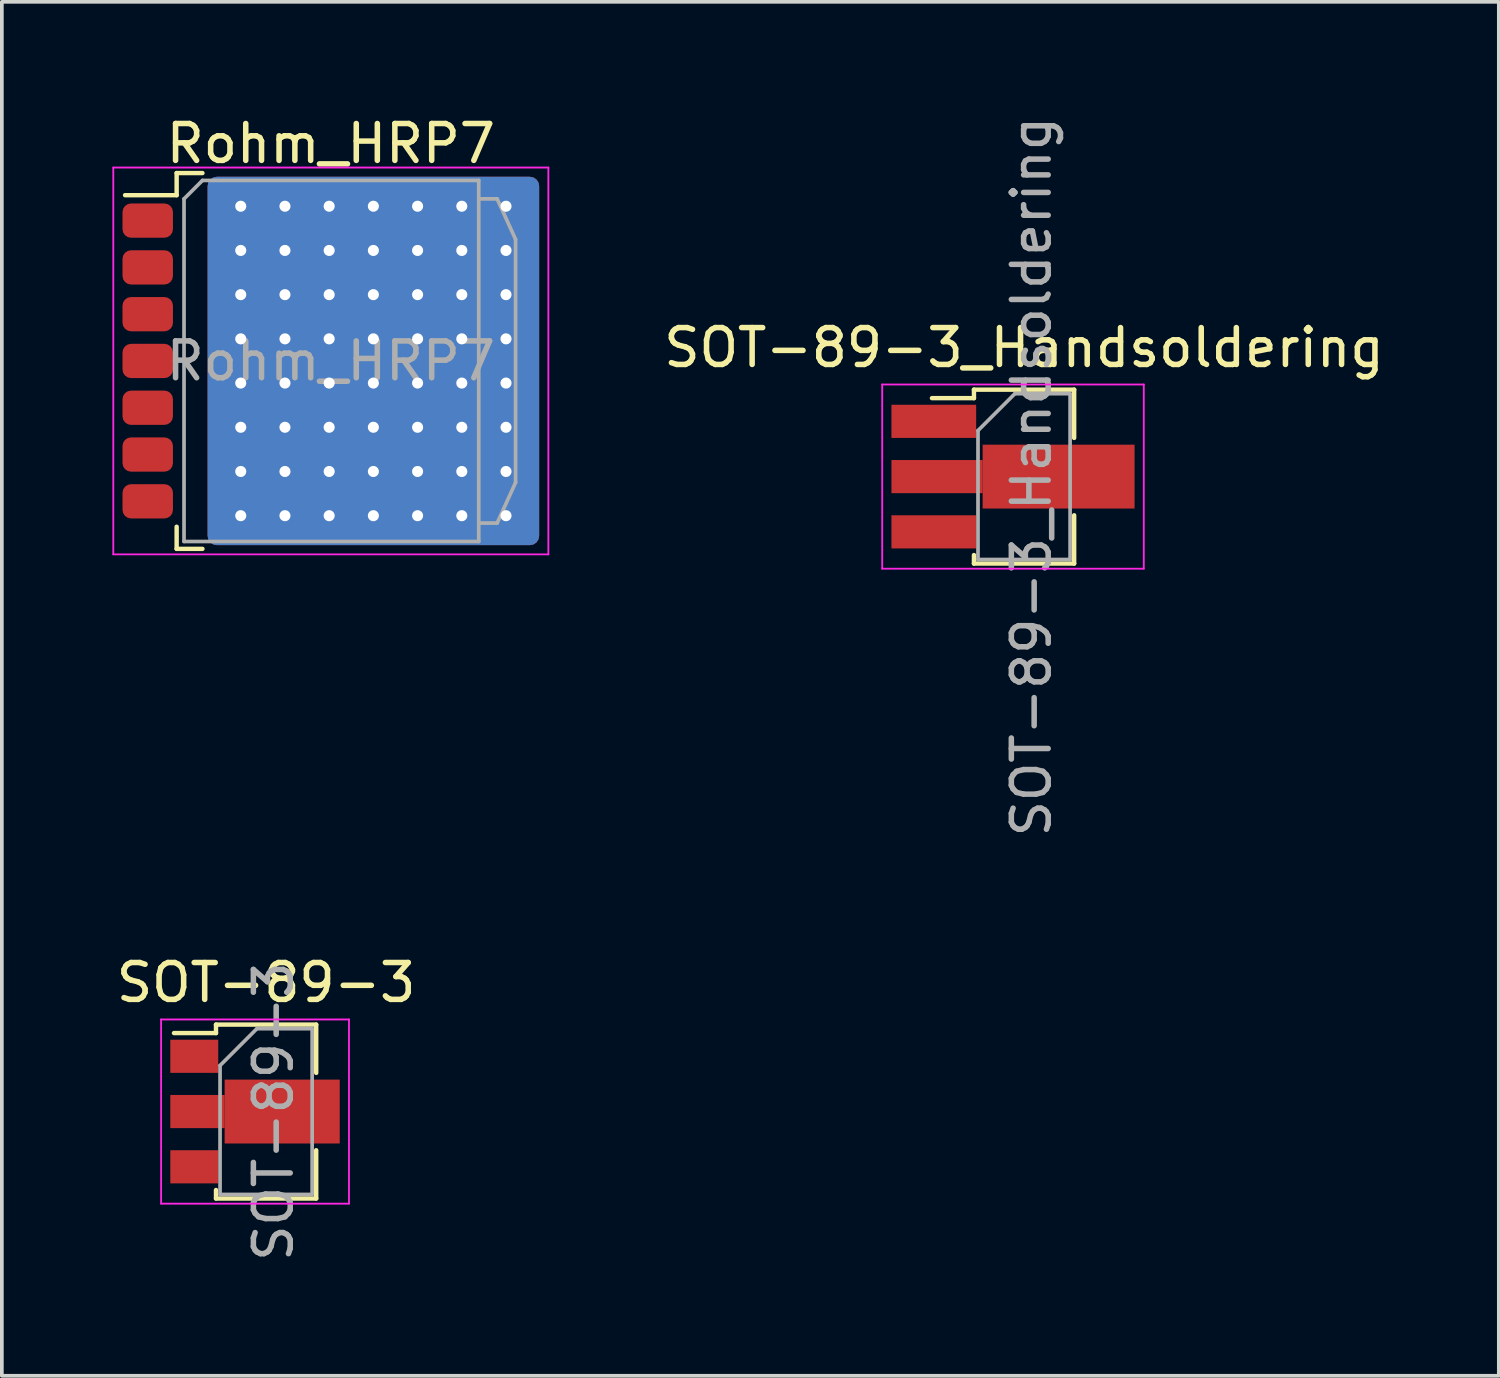
<source format=kicad_pcb>
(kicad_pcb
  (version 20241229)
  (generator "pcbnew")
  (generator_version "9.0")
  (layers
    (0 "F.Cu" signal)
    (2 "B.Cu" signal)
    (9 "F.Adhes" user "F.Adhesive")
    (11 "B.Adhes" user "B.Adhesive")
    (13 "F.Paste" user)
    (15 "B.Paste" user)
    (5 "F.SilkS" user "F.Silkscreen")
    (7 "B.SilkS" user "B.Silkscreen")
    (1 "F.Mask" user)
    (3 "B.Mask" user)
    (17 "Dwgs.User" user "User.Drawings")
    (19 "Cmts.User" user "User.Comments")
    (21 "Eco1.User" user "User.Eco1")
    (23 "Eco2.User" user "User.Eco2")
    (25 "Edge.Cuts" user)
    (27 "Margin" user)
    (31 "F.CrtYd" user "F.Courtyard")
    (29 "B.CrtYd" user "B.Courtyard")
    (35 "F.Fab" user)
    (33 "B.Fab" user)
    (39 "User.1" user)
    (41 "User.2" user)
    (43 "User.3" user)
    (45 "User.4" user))
  (footprint "SOT-89-3"
    (layer "F.Cu")
    (at 4.173 27.122)
    (property "Reference" "SOT-89-3" (at 0 -3.5 0) (layer "F.SilkS") (effects (font (size 1 1) (thickness 0.15))))
    (attr smd)
    (fp_line (start -2.5 -2.13) (end -1.36 -2.13) (stroke (width 0.12) (type solid)) (layer "F.SilkS"))
    (fp_line (start -1.36 -2.36) (end -1.36 -2.13) (stroke (width 0.12) (type solid)) (layer "F.SilkS"))
    (fp_line (start -1.36 -2.36) (end 1.36 -2.36) (stroke (width 0.12) (type solid)) (layer "F.SilkS"))
    (fp_line (start -1.36 2.36) (end -1.36 2.13) (stroke (width 0.12) (type solid)) (layer "F.SilkS"))
    (fp_line (start 1.36 -2.36) (end 1.36 -1.05) (stroke (width 0.12) (type solid)) (layer "F.SilkS"))
    (fp_line (start 1.36 1.05) (end 1.36 2.36) (stroke (width 0.12) (type solid)) (layer "F.SilkS"))
    (fp_line (start 1.36 2.36) (end -1.36 2.36) (stroke (width 0.12) (type solid)) (layer "F.SilkS"))
    (fp_line (start -2.85 2.5) (end -2.85 -2.5) (stroke (width 0.05) (type solid)) (layer "F.CrtYd"))
    (fp_line (start -2.85 2.5) (end 2.25 2.5) (stroke (width 0.05) (type solid)) (layer "F.CrtYd"))
    (fp_line (start 2.25 -2.5) (end -2.85 -2.5) (stroke (width 0.05) (type solid)) (layer "F.CrtYd"))
    (fp_line (start 2.25 -2.5) (end 2.25 2.5) (stroke (width 0.05) (type solid)) (layer "F.CrtYd"))
    (fp_line (start -1.25 -1.25) (end -0.25 -2.25) (stroke (width 0.1) (type solid)) (layer "F.Fab"))
    (fp_line (start -1.25 2.25) (end -1.25 -1.25) (stroke (width 0.1) (type solid)) (layer "F.Fab"))
    (fp_line (start -0.25 -2.25) (end 1.25 -2.25) (stroke (width 0.1) (type solid)) (layer "F.Fab"))
    (fp_line (start 1.25 -2.25) (end 1.25 2.25) (stroke (width 0.1) (type solid)) (layer "F.Fab"))
    (fp_line (start 1.25 2.25) (end -1.25 2.25) (stroke (width 0.1) (type solid)) (layer "F.Fab"))
    (fp_text user "${REFERENCE}" (at 0.2 0 90) (layer "F.Fab") (effects (font (size 1 1) (thickness 0.15))))
    (pad "1" smd rect (at -1.95 -1.5) (size 1.3 0.9) (layers "F.Cu" "F.Mask" "F.Paste"))
    (pad "2" smd custom (at -1.863 0) (size 1.475 0.9) (layers "F.Cu" "F.Mask" "F.Paste") (options (anchor rect)) (primitives (gr_poly (pts (xy 3.862 0.867) (xy 0.738 0.867) (xy 0.738 -0.867) (xy 3.862 -0.867)) (width 0) (fill yes))))
    (pad "3" smd rect (at -1.95 1.5) (size 1.3 0.9) (layers "F.Cu" "F.Mask" "F.Paste")))
  (footprint "SOT-89-3_Handsoldering"
    (layer "F.Cu")
    (at 24.747 9.887)
    (property "Reference" "SOT-89-3_Handsoldering" (at 0 -3.5 0) (layer "F.SilkS") (effects (font (size 1 1) (thickness 0.15))))
    (attr smd)
    (fp_line (start -2.5 -2.13) (end -1.36 -2.13) (stroke (width 0.12) (type solid)) (layer "F.SilkS"))
    (fp_line (start -1.36 -2.36) (end -1.36 -2.13) (stroke (width 0.12) (type solid)) (layer "F.SilkS"))
    (fp_line (start -1.36 -2.36) (end 1.36 -2.36) (stroke (width 0.12) (type solid)) (layer "F.SilkS"))
    (fp_line (start -1.36 2.36) (end -1.36 2.13) (stroke (width 0.12) (type solid)) (layer "F.SilkS"))
    (fp_line (start 1.36 -2.36) (end 1.36 -1.05) (stroke (width 0.12) (type solid)) (layer "F.SilkS"))
    (fp_line (start 1.36 1.05) (end 1.36 2.36) (stroke (width 0.12) (type solid)) (layer "F.SilkS"))
    (fp_line (start 1.36 2.36) (end -1.36 2.36) (stroke (width 0.12) (type solid)) (layer "F.SilkS"))
    (fp_line (start -3.85 2.5) (end -3.85 -2.5) (stroke (width 0.05) (type solid)) (layer "F.CrtYd"))
    (fp_line (start -3.85 2.5) (end 3.25 2.5) (stroke (width 0.05) (type solid)) (layer "F.CrtYd"))
    (fp_line (start 3.25 -2.5) (end -3.85 -2.5) (stroke (width 0.05) (type solid)) (layer "F.CrtYd"))
    (fp_line (start 3.25 -2.5) (end 3.25 2.5) (stroke (width 0.05) (type solid)) (layer "F.CrtYd"))
    (fp_line (start -1.25 -1.25) (end -0.25 -2.25) (stroke (width 0.1) (type solid)) (layer "F.Fab"))
    (fp_line (start -1.25 2.25) (end -1.25 -1.25) (stroke (width 0.1) (type solid)) (layer "F.Fab"))
    (fp_line (start -0.25 -2.25) (end 1.25 -2.25) (stroke (width 0.1) (type solid)) (layer "F.Fab"))
    (fp_line (start 1.25 -2.25) (end 1.25 2.25) (stroke (width 0.1) (type solid)) (layer "F.Fab"))
    (fp_line (start 1.25 2.25) (end -1.25 2.25) (stroke (width 0.1) (type solid)) (layer "F.Fab"))
    (fp_text user "${REFERENCE}" (at 0.2 0 90) (layer "F.Fab") (effects (font (size 1 1) (thickness 0.15))))
    (pad "1" smd rect (at -2.45 -1.5) (size 2.3 0.9) (layers "F.Cu" "F.Mask" "F.Paste"))
    (pad "2" smd custom (at -2.362 0) (size 2.475 0.9) (layers "F.Cu" "F.Mask" "F.Paste") (options (anchor rect)) (primitives (gr_poly (pts (xy 5.362 0.867) (xy 1.238 0.867) (xy 1.238 -0.867) (xy 5.362 -0.867)) (width 0) (fill yes))))
    (pad "3" smd rect (at -2.45 1.5) (size 2.3 0.9) (layers "F.Cu" "F.Mask" "F.Paste")))
  (footprint "Rohm_HRP7"
    (layer "F.Cu")
    (at 5.945 6.748)
    (property "Reference" "Rohm_HRP7" (at -0.015 -5.9 0) (layer "F.SilkS") (effects (font (size 1 1) (thickness 0.15))))
    (attr smd)
    (fp_line (start -5.6 -4.5) (end -4.2 -4.5) (stroke (width 0.12) (type solid)) (layer "F.SilkS"))
    (fp_line (start -4.2 -5.1) (end -3.5 -5.1) (stroke (width 0.12) (type solid)) (layer "F.SilkS"))
    (fp_line (start -4.2 -4.5) (end -4.2 -5.1) (stroke (width 0.12) (type solid)) (layer "F.SilkS"))
    (fp_line (start -4.2 5.1) (end -4.2 4.5) (stroke (width 0.12) (type solid)) (layer "F.SilkS"))
    (fp_line (start -3.5 5.1) (end -4.2 5.1) (stroke (width 0.12) (type solid)) (layer "F.SilkS"))
    (fp_line (start -5.92 -5.25) (end -5.92 5.25) (stroke (width 0.05) (type solid)) (layer "F.CrtYd"))
    (fp_line (start -5.92 -5.25) (end 5.89 -5.25) (stroke (width 0.05) (type solid)) (layer "F.CrtYd"))
    (fp_line (start 5.89 5.25) (end -5.92 5.25) (stroke (width 0.05) (type solid)) (layer "F.CrtYd"))
    (fp_line (start 5.89 5.25) (end 5.89 -5.25) (stroke (width 0.05) (type solid)) (layer "F.CrtYd"))
    (fp_line (start -4 -4.4) (end -3.5 -4.9) (stroke (width 0.1) (type solid)) (layer "F.Fab"))
    (fp_line (start -4 4.9) (end -4 -4.4) (stroke (width 0.1) (type solid)) (layer "F.Fab"))
    (fp_line (start -3.5 -4.9) (end 4 -4.9) (stroke (width 0.1) (type solid)) (layer "F.Fab"))
    (fp_line (start 4 -4.9) (end 4 4.9) (stroke (width 0.1) (type solid)) (layer "F.Fab"))
    (fp_line (start 4 -4.4) (end 4.5 -4.4) (stroke (width 0.1) (type solid)) (layer "F.Fab"))
    (fp_line (start 4 4.9) (end -4 4.9) (stroke (width 0.1) (type solid)) (layer "F.Fab"))
    (fp_line (start 4.5 -4.4) (end 5 -3.3) (stroke (width 0.1) (type solid)) (layer "F.Fab"))
    (fp_line (start 4.5 4.4) (end 4 4.4) (stroke (width 0.1) (type solid)) (layer "F.Fab"))
    (fp_line (start 5 -3.3) (end 5 3.3) (stroke (width 0.1) (type solid)) (layer "F.Fab"))
    (fp_line (start 5 3.3) (end 4.5 4.4) (stroke (width 0.1) (type solid)) (layer "F.Fab"))
    (fp_text user "${REFERENCE}" (at -0.015 0 0) (layer "F.Fab") (effects (font (size 1 1) (thickness 0.15))))
    (pad "" smd roundrect (at -1.11 -2.5) (size 4 4.5) (layers "F.Paste") (roundrect_rratio 0.062))
    (pad "" smd roundrect (at -1.11 2.5) (size 4 4.5) (layers "F.Paste") (roundrect_rratio 0.062))
    (pad "" smd roundrect (at 3.39 -2.5) (size 4 4.5) (layers "F.Paste") (roundrect_rratio 0.062))
    (pad "" smd roundrect (at 3.39 2.5) (size 4 4.5) (layers "F.Paste") (roundrect_rratio 0.062))
    (pad "1" smd roundrect (at -4.985 -3.81) (size 1.37 0.93) (layers "F.Cu" "F.Mask" "F.Paste") (roundrect_rratio 0.25))
    (pad "2" smd roundrect (at -4.985 -2.54) (size 1.37 0.93) (layers "F.Cu" "F.Mask" "F.Paste") (roundrect_rratio 0.25))
    (pad "3" smd roundrect (at -4.985 -1.27) (size 1.37 0.93) (layers "F.Cu" "F.Mask" "F.Paste") (roundrect_rratio 0.25))
    (pad "4" smd roundrect (at -4.985 0) (size 1.37 0.93) (layers "F.Cu" "F.Mask" "F.Paste") (roundrect_rratio 0.25))
    (pad "4" thru_hole circle (at -2.46 -4.2) (size 0.6 0.6) (drill 0.3) (layers "*.Cu"))
    (pad "4" thru_hole circle (at -2.46 -3) (size 0.6 0.6) (drill 0.3) (layers "*.Cu"))
    (pad "4" thru_hole circle (at -2.46 -1.8) (size 0.6 0.6) (drill 0.3) (layers "*.Cu"))
    (pad "4" thru_hole circle (at -2.46 -0.6) (size 0.6 0.6) (drill 0.3) (layers "*.Cu"))
    (pad "4" thru_hole circle (at -2.46 0.6) (size 0.6 0.6) (drill 0.3) (layers "*.Cu"))
    (pad "4" thru_hole circle (at -2.46 1.8) (size 0.6 0.6) (drill 0.3) (layers "*.Cu"))
    (pad "4" thru_hole circle (at -2.46 3) (size 0.6 0.6) (drill 0.3) (layers "*.Cu"))
    (pad "4" thru_hole circle (at -2.46 4.2) (size 0.6 0.6) (drill 0.3) (layers "*.Cu"))
    (pad "4" thru_hole circle (at -1.26 -4.2) (size 0.6 0.6) (drill 0.3) (layers "*.Cu"))
    (pad "4" thru_hole circle (at -1.26 -3) (size 0.6 0.6) (drill 0.3) (layers "*.Cu"))
    (pad "4" thru_hole circle (at -1.26 -1.8) (size 0.6 0.6) (drill 0.3) (layers "*.Cu"))
    (pad "4" thru_hole circle (at -1.26 -0.6) (size 0.6 0.6) (drill 0.3) (layers "*.Cu"))
    (pad "4" thru_hole circle (at -1.26 0.6) (size 0.6 0.6) (drill 0.3) (layers "*.Cu"))
    (pad "4" thru_hole circle (at -1.26 1.8) (size 0.6 0.6) (drill 0.3) (layers "*.Cu"))
    (pad "4" thru_hole circle (at -1.26 3) (size 0.6 0.6) (drill 0.3) (layers "*.Cu"))
    (pad "4" thru_hole circle (at -1.26 4.2) (size 0.6 0.6) (drill 0.3) (layers "*.Cu"))
    (pad "4" thru_hole circle (at -0.06 -4.2) (size 0.6 0.6) (drill 0.3) (layers "*.Cu"))
    (pad "4" thru_hole circle (at -0.06 -3) (size 0.6 0.6) (drill 0.3) (layers "*.Cu"))
    (pad "4" thru_hole circle (at -0.06 -1.8) (size 0.6 0.6) (drill 0.3) (layers "*.Cu"))
    (pad "4" thru_hole circle (at -0.06 -0.6) (size 0.6 0.6) (drill 0.3) (layers "*.Cu"))
    (pad "4" thru_hole circle (at -0.06 0.6) (size 0.6 0.6) (drill 0.3) (layers "*.Cu"))
    (pad "4" thru_hole circle (at -0.06 1.8) (size 0.6 0.6) (drill 0.3) (layers "*.Cu"))
    (pad "4" thru_hole circle (at -0.06 3) (size 0.6 0.6) (drill 0.3) (layers "*.Cu"))
    (pad "4" thru_hole circle (at -0.06 4.2) (size 0.6 0.6) (drill 0.3) (layers "*.Cu"))
    (pad "4" thru_hole circle (at 1.14 -4.2) (size 0.6 0.6) (drill 0.3) (layers "*.Cu"))
    (pad "4" thru_hole circle (at 1.14 -3) (size 0.6 0.6) (drill 0.3) (layers "*.Cu"))
    (pad "4" thru_hole circle (at 1.14 -1.8) (size 0.6 0.6) (drill 0.3) (layers "*.Cu"))
    (pad "4" thru_hole circle (at 1.14 -0.6) (size 0.6 0.6) (drill 0.3) (layers "*.Cu"))
    (pad "4" smd roundrect (at 1.14 0) (size 9 10) (layers "F.Cu" "F.Mask") (roundrect_rratio 0.028))
    (pad "4" smd roundrect (at 1.14 0) (size 9 10) (layers "B.Cu") (roundrect_rratio 0.028))
    (pad "4" thru_hole circle (at 1.14 0.6) (size 0.6 0.6) (drill 0.3) (layers "*.Cu"))
    (pad "4" thru_hole circle (at 1.14 1.8) (size 0.6 0.6) (drill 0.3) (layers "*.Cu"))
    (pad "4" thru_hole circle (at 1.14 3) (size 0.6 0.6) (drill 0.3) (layers "*.Cu"))
    (pad "4" thru_hole circle (at 1.14 4.2) (size 0.6 0.6) (drill 0.3) (layers "*.Cu"))
    (pad "4" thru_hole circle (at 2.34 -4.2) (size 0.6 0.6) (drill 0.3) (layers "*.Cu"))
    (pad "4" thru_hole circle (at 2.34 -3) (size 0.6 0.6) (drill 0.3) (layers "*.Cu"))
    (pad "4" thru_hole circle (at 2.34 -1.8) (size 0.6 0.6) (drill 0.3) (layers "*.Cu"))
    (pad "4" thru_hole circle (at 2.34 -0.6) (size 0.6 0.6) (drill 0.3) (layers "*.Cu"))
    (pad "4" thru_hole circle (at 2.34 0.6) (size 0.6 0.6) (drill 0.3) (layers "*.Cu"))
    (pad "4" thru_hole circle (at 2.34 1.8) (size 0.6 0.6) (drill 0.3) (layers "*.Cu"))
    (pad "4" thru_hole circle (at 2.34 3) (size 0.6 0.6) (drill 0.3) (layers "*.Cu"))
    (pad "4" thru_hole circle (at 2.34 4.2) (size 0.6 0.6) (drill 0.3) (layers "*.Cu"))
    (pad "4" thru_hole circle (at 3.54 -4.2) (size 0.6 0.6) (drill 0.3) (layers "*.Cu"))
    (pad "4" thru_hole circle (at 3.54 -3) (size 0.6 0.6) (drill 0.3) (layers "*.Cu"))
    (pad "4" thru_hole circle (at 3.54 -1.8) (size 0.6 0.6) (drill 0.3) (layers "*.Cu"))
    (pad "4" thru_hole circle (at 3.54 -0.6) (size 0.6 0.6) (drill 0.3) (layers "*.Cu"))
    (pad "4" thru_hole circle (at 3.54 0.6) (size 0.6 0.6) (drill 0.3) (layers "*.Cu"))
    (pad "4" thru_hole circle (at 3.54 1.8) (size 0.6 0.6) (drill 0.3) (layers "*.Cu"))
    (pad "4" thru_hole circle (at 3.54 3) (size 0.6 0.6) (drill 0.3) (layers "*.Cu"))
    (pad "4" thru_hole circle (at 3.54 4.2) (size 0.6 0.6) (drill 0.3) (layers "*.Cu"))
    (pad "4" thru_hole circle (at 4.74 -4.2) (size 0.6 0.6) (drill 0.3) (layers "*.Cu"))
    (pad "4" thru_hole circle (at 4.74 -3) (size 0.6 0.6) (drill 0.3) (layers "*.Cu"))
    (pad "4" thru_hole circle (at 4.74 -1.8) (size 0.6 0.6) (drill 0.3) (layers "*.Cu"))
    (pad "4" thru_hole circle (at 4.74 -0.6) (size 0.6 0.6) (drill 0.3) (layers "*.Cu"))
    (pad "4" thru_hole circle (at 4.74 0.6) (size 0.6 0.6) (drill 0.3) (layers "*.Cu"))
    (pad "4" thru_hole circle (at 4.74 1.8) (size 0.6 0.6) (drill 0.3) (layers "*.Cu"))
    (pad "4" thru_hole circle (at 4.74 3) (size 0.6 0.6) (drill 0.3) (layers "*.Cu"))
    (pad "4" thru_hole circle (at 4.74 4.2) (size 0.6 0.6) (drill 0.3) (layers "*.Cu"))
    (pad "5" smd roundrect (at -4.985 1.27) (size 1.37 0.93) (layers "F.Cu" "F.Mask" "F.Paste") (roundrect_rratio 0.25))
    (pad "6" smd roundrect (at -4.985 2.54) (size 1.37 0.93) (layers "F.Cu" "F.Mask" "F.Paste") (roundrect_rratio 0.25))
    (pad "7" smd roundrect (at -4.985 3.81) (size 1.37 0.93) (layers "F.Cu" "F.Mask" "F.Paste") (roundrect_rratio 0.25)))
  (gr_rect
    (start -3 -3)
    (end 37.634 34.295)
    (stroke (width 0.1) (type default))
    (fill no)
    (layer "Edge.Cuts")))
</source>
